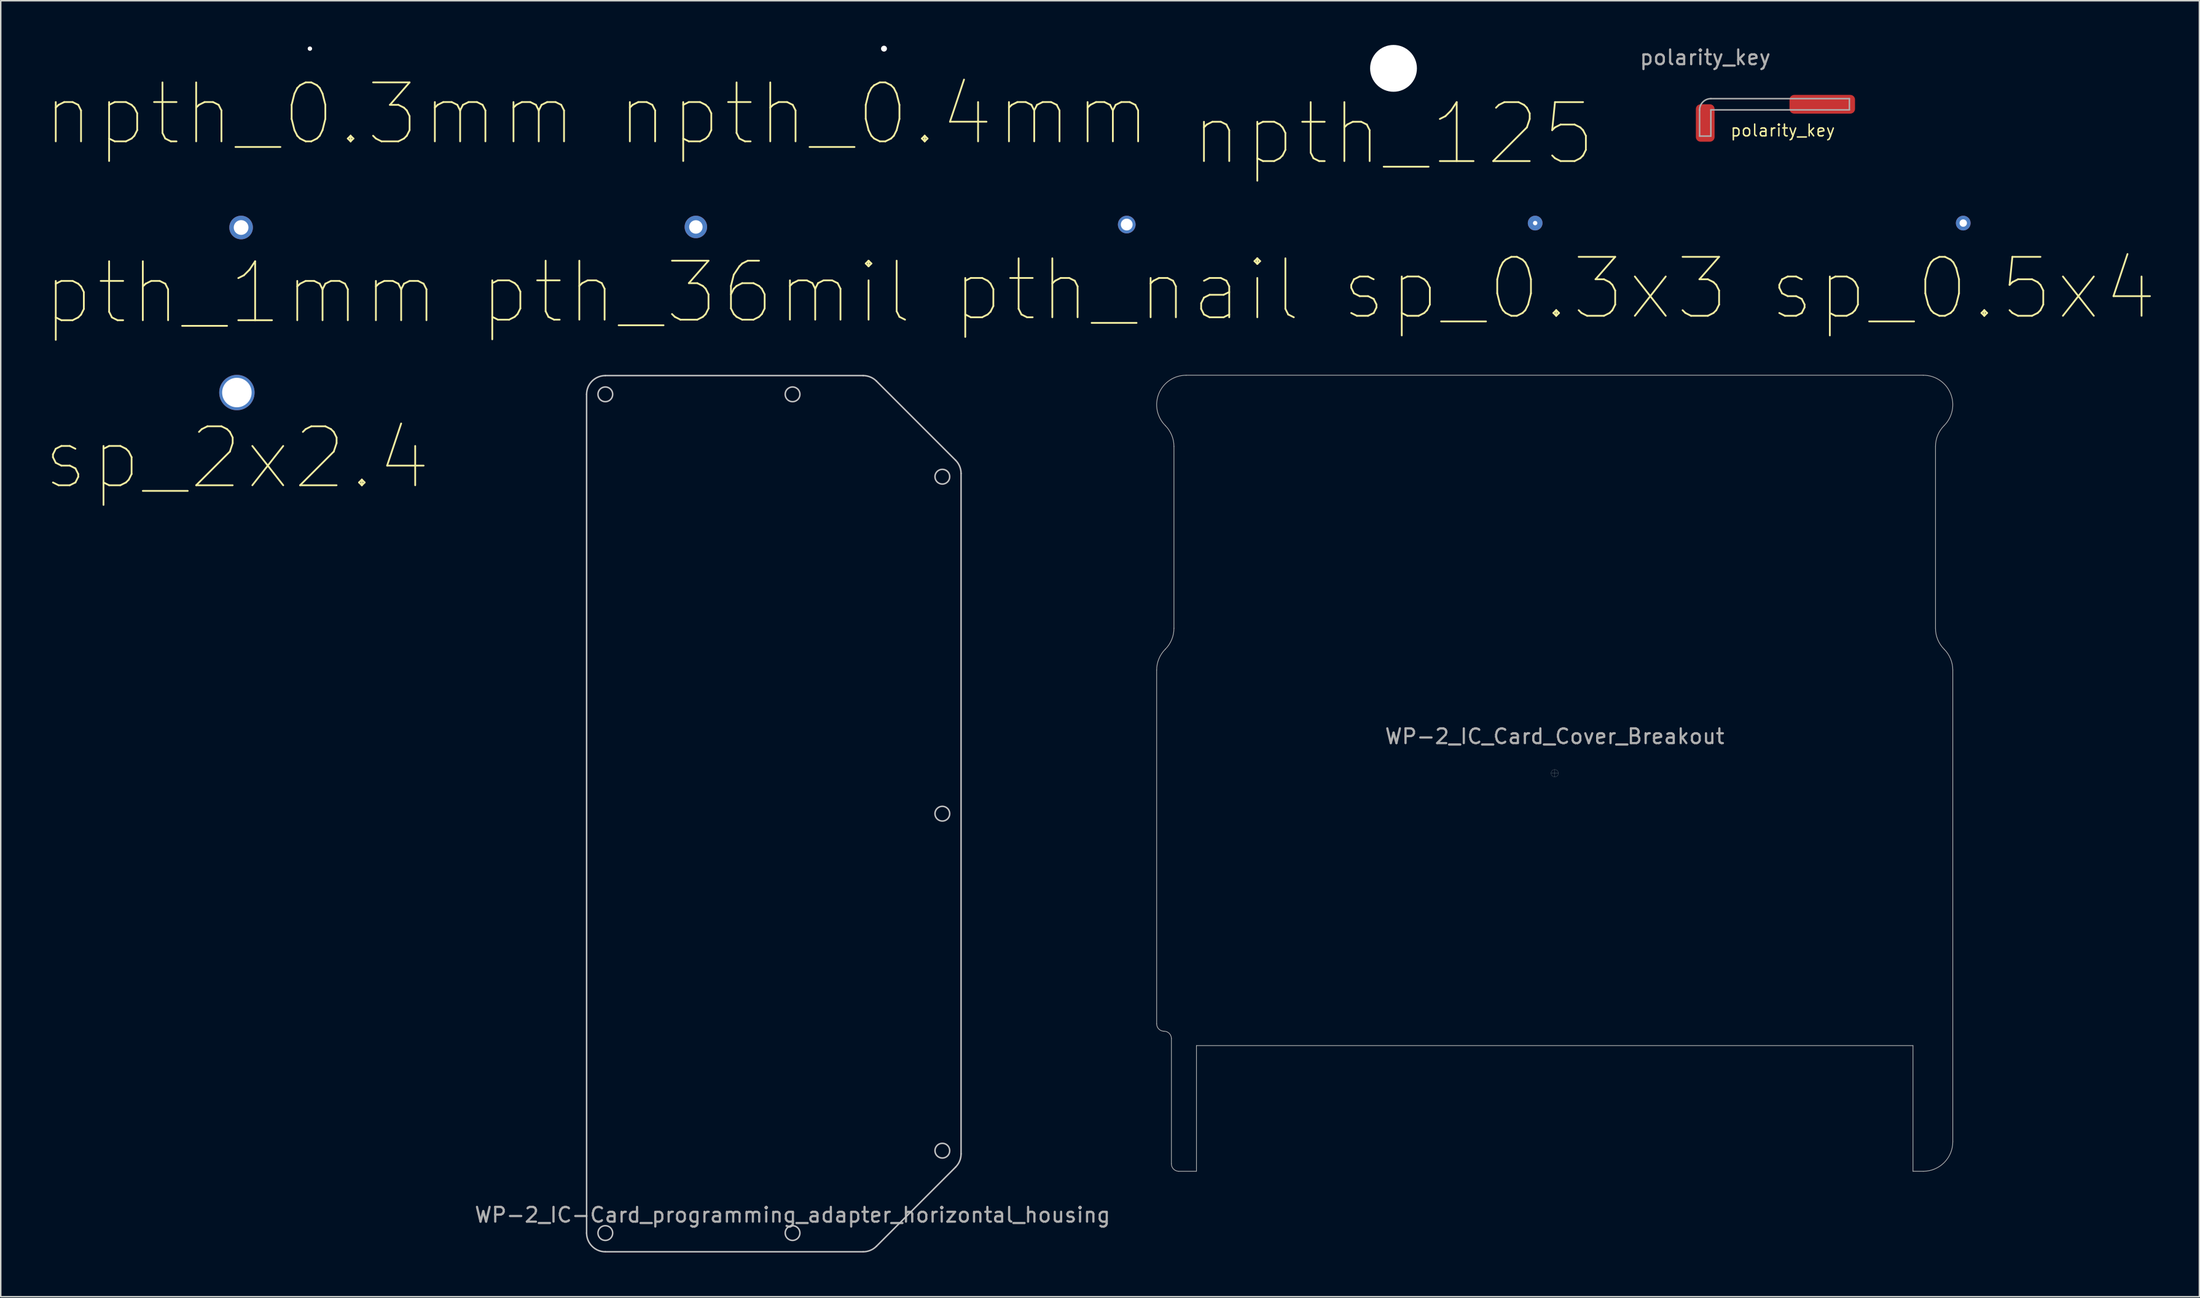
<source format=kicad_pcb>
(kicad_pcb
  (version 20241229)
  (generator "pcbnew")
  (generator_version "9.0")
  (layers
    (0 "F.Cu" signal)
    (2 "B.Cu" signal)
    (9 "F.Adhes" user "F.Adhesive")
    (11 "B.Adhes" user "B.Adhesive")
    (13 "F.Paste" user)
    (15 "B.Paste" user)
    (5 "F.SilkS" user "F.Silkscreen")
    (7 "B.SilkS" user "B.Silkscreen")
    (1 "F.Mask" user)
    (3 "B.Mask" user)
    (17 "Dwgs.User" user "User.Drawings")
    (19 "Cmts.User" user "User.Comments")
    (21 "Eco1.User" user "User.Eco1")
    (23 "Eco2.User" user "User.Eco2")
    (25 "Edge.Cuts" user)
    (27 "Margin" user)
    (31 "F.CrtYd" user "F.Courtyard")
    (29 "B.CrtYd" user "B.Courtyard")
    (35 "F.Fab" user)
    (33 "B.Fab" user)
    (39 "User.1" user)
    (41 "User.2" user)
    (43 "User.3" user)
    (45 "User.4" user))
  (footprint "pth_nail"
    (layer "F.Cu")
    (at 73.376 12.183)
    (property "Reference" "pth_nail" (at 0 4.445 0) (unlocked yes) (layer "F.SilkS") (effects (font (size 4 4) (thickness 0.12))))
    (attr through_hole)
    (pad "" thru_hole circle (at 0 0) (size 1.2 1.2) (drill 0.8) (layers "*.Cu" "*.Mask")))
  (footprint "sp_2x2.4"
    (layer "F.Cu")
    (at 13.018 23.579)
    (property "Reference" "sp_2x2.4" (at 0 4.445 0) (layer "F.SilkS") (effects (font (size 4 4) (thickness 0.12))))
    (attr through_hole)
    (pad "" thru_hole circle (at 0 0) (size 2.4 2.4) (drill 2) (layers "*.Cu" "*.Mask")))
  (footprint "sp_0.3x3"
    (layer "F.Cu")
    (at 101.079 12.083)
    (property "Reference" "sp_0.3x3" (at 0 4.445 0) (layer "F.SilkS") (effects (font (size 4 4) (thickness 0.12))))
    (attr through_hole)
    (pad "" thru_hole circle (at 0 0) (size 1 1) (drill 0.3) (layers "*.Cu" "B.Mask")))
  (footprint "WP-2_IC-Card_programming_adapter_horizontal_housing"
    (layer "F.Cu")
    (at 50.709 52.147)
    (property "Reference" "WP-2_IC-Card_programming_adapter_horizontal_housing" (at 0 27.218 0) (unlocked yes) (layer "F.Fab") (effects (font (size 1 1) (thickness 0.15))))
    (attr exclude_from_pos_files exclude_from_bom allow_missing_courtyard)
    (fp_line (start -13.97 28.448) (end -13.97 -28.448) (stroke (width 0.1) (type default)) (layer "Dwgs.User"))
    (fp_line (start 4.79 -29.718) (end -12.7 -29.718) (stroke (width 0.1) (type default)) (layer "Dwgs.User"))
    (fp_line (start 4.79 29.718) (end -12.7 29.718) (stroke (width 0.1) (type default)) (layer "Dwgs.User"))
    (fp_line (start 5.688 -29.346) (end 11.058 -23.976) (stroke (width 0.1) (type default)) (layer "Dwgs.User"))
    (fp_line (start 5.688 29.346) (end 11.058 23.976) (stroke (width 0.1) (type default)) (layer "Dwgs.User"))
    (fp_line (start 11.43 -23.078) (end 11.43 23.078) (stroke (width 0.1) (type default)) (layer "Dwgs.User"))
    (fp_arc (start -13.97 -28.448) (mid -13.598026 -29.346026) (end -12.7 -29.718) (stroke (width 0.1) (type default)) (layer "Dwgs.User"))
    (fp_arc (start -12.7 29.718) (mid -13.598026 29.346026) (end -13.97 28.448) (stroke (width 0.1) (type default)) (layer "Dwgs.User"))
    (fp_arc (start 4.7899 -29.718) (mid 5.275908 -29.621327) (end 5.687926 -29.346025) (stroke (width 0.1) (type default)) (layer "Dwgs.User"))
    (fp_arc (start 5.687926 29.346025) (mid 5.275908 29.621327) (end 4.7899 29.718) (stroke (width 0.1) (type default)) (layer "Dwgs.User"))
    (fp_arc (start 11.058026 -23.975933) (mid 11.333327 -23.563915) (end 11.43 -23.077907) (stroke (width 0.1) (type default)) (layer "Dwgs.User"))
    (fp_arc (start 11.43 23.077907) (mid 11.333327 23.563915) (end 11.058026 23.975933) (stroke (width 0.1) (type default)) (layer "Dwgs.User"))
    (fp_circle (center -12.7 -28.448) (end -12.2 -28.448) (stroke (width 0.1) (type default)) (fill no) (layer "Dwgs.User"))
    (fp_circle (center -12.7 28.448) (end -12.2 28.448) (stroke (width 0.1) (type default)) (fill no) (layer "Dwgs.User"))
    (fp_circle (center 0 -28.448) (end 0.5 -28.448) (stroke (width 0.1) (type default)) (fill no) (layer "Dwgs.User"))
    (fp_circle (center 0 28.448) (end 0.5 28.448) (stroke (width 0.1) (type default)) (fill no) (layer "Dwgs.User"))
    (fp_circle (center 10.16 -22.86) (end 10.66 -22.86) (stroke (width 0.1) (type default)) (fill no) (layer "Dwgs.User"))
    (fp_circle (center 10.16 0) (end 10.66 0) (stroke (width 0.1) (type default)) (fill no) (layer "Dwgs.User"))
    (fp_circle (center 10.16 22.86) (end 10.66 22.86) (stroke (width 0.1) (type default)) (fill no) (layer "Dwgs.User")))
  (footprint "npth_0.4mm"
    (layer "F.Cu")
    (at 56.911 0.25)
    (property "Reference" "npth_0.4mm" (at 0 4.445 0) (layer "F.SilkS") (effects (font (size 4 4) (thickness 0.12))))
    (attr through_hole)
    (pad "" np_thru_hole circle (at 0 0) (size 0.4 0.4) (drill 0.4) (layers "*.Cu")))
  (footprint "WP-2_IC_Card_Cover_Breakout"
    (layer "F.Cu")
    (at 102.406 49.404)
    (property "Reference" "WP-2_IC_Card_Cover_Breakout" (at 0 -2.5 0) (unlocked yes) (layer "F.Fab") (effects (font (size 1 1) (thickness 0.15))))
    (attr exclude_from_pos_files exclude_from_bom allow_missing_courtyard)
    (fp_line (start -27 17) (end -27 -7) (stroke (width 0.05) (type solid)) (layer "F.Fab"))
    (fp_line (start -26 26.5) (end -26 18) (stroke (width 0.05) (type solid)) (layer "F.Fab"))
    (fp_line (start -25.828 -22.172) (end -25.828 -9.828) (stroke (width 0.05) (type solid)) (layer "F.Fab"))
    (fp_line (start -25 -27) (end 25 -27) (stroke (width 0.05) (type solid)) (layer "F.Fab"))
    (fp_line (start -24.3 18.475) (end -24.3 27) (stroke (width 0.05) (type solid)) (layer "F.Fab"))
    (fp_line (start -24.3 27) (end -25.5 27) (stroke (width 0.05) (type solid)) (layer "F.Fab"))
    (fp_line (start -0.25 0) (end 0.25 0) (stroke (width 0.01) (type default)) (layer "F.Fab"))
    (fp_line (start 0 -0.25) (end 0 0.25) (stroke (width 0.01) (type default)) (layer "F.Fab"))
    (fp_line (start 24.3 18.475) (end -24.3 18.475) (stroke (width 0.05) (type solid)) (layer "F.Fab"))
    (fp_line (start 24.3 27) (end 24.3 18.475) (stroke (width 0.05) (type solid)) (layer "F.Fab"))
    (fp_line (start 25 27) (end 24.3 27) (stroke (width 0.05) (type solid)) (layer "F.Fab"))
    (fp_line (start 25.828 -9.828) (end 25.828 -22.172) (stroke (width 0.05) (type solid)) (layer "F.Fab"))
    (fp_line (start 27 -7) (end 27 25) (stroke (width 0.05) (type solid)) (layer "F.Fab"))
    (fp_arc (start -27 -7) (mid -26.847759 -7.765367) (end -26.414214 -8.414214) (stroke (width 0.05) (type solid)) (layer "F.Fab"))
    (fp_arc (start -26.5 17.5) (mid -26.853553 17.353553) (end -27 17) (stroke (width 0.05) (type solid)) (layer "F.Fab"))
    (fp_arc (start -26.5 17.5) (mid -26.146447 17.646447) (end -26 18) (stroke (width 0.05) (type solid)) (layer "F.Fab"))
    (fp_arc (start -26.414214 -23.585786) (mid -25.980671 -22.936938) (end -25.828427 -22.171572) (stroke (width 0.05) (type solid)) (layer "F.Fab"))
    (fp_arc (start -26.414214 -23.585786) (mid -26.84776 -25.765367) (end -25 -27) (stroke (width 0.05) (type solid)) (layer "F.Fab"))
    (fp_arc (start -25.828427 -9.828428) (mid -25.98066 -9.063058) (end -26.414214 -8.414214) (stroke (width 0.05) (type solid)) (layer "F.Fab"))
    (fp_arc (start -25.5 27) (mid -25.853553 26.853553) (end -26 26.5) (stroke (width 0.05) (type solid)) (layer "F.Fab"))
    (fp_arc (start 25 -27) (mid 26.847758 -25.765367) (end 26.414213 -23.585788) (stroke (width 0.05) (type solid)) (layer "F.Fab"))
    (fp_arc (start 25.828427 -22.171574) (mid 25.980665 -22.936942) (end 26.414213 -23.585788) (stroke (width 0.05) (type solid)) (layer "F.Fab"))
    (fp_arc (start 26.414214 -8.414214) (mid 25.980672 -9.063063) (end 25.828427 -9.828428) (stroke (width 0.05) (type solid)) (layer "F.Fab"))
    (fp_arc (start 26.414214 -8.414214) (mid 26.847759 -7.765367) (end 27 -7) (stroke (width 0.05) (type solid)) (layer "F.Fab"))
    (fp_arc (start 27 25) (mid 26.414214 26.414214) (end 25 27) (stroke (width 0.05) (type solid)) (layer "F.Fab"))
    (fp_circle (center 0 0) (end 0.25 0) (stroke (width 0.01) (type default)) (fill no) (layer "F.Fab")))
  (footprint "npth_125"
    (layer "F.Cu")
    (at 91.471 1.587)
    (property "Reference" "npth_125" (at 0 4.445 0) (layer "F.SilkS") (effects (font (size 4 4) (thickness 0.12))))
    (attr through_hole)
    (pad "" np_thru_hole circle (at 0 0) (size 3.175 3.175) (drill 3.175) (layers "*.Cu" "*.Mask")))
  (footprint "pth_36mil"
    (layer "F.Cu")
    (at 44.15 12.345)
    (property "Reference" "pth_36mil" (at 0 4.445 0) (layer "F.SilkS") (effects (font (size 4 4) (thickness 0.12))))
    (attr through_hole)
    (pad "" thru_hole circle (at 0 0) (size 1.524 1.524) (drill 0.914) (layers "*.Cu" "*.Mask")))
  (footprint "sp_0.5x4"
    (layer "F.Cu")
    (at 130.115 12.083)
    (property "Reference" "sp_0.5x4" (at 0 4.445 0) (layer "F.SilkS") (effects (font (size 4 4) (thickness 0.12))))
    (attr through_hole)
    (pad "" thru_hole circle (at 0 0) (size 1 1) (drill 0.5) (layers "*.Cu" "B.Mask")))
  (footprint "polarity_key"
    (layer "F.Cu")
    (at 112.615 5.293)
    (property "Reference" "polarity_key" (at 1.651 0.508 0) (unlocked yes) (layer "F.SilkS") (effects (font (size 0.8 0.8) (thickness 0.1)) (justify left)))
    (attr smd board_only exclude_from_pos_files exclude_from_bom allow_missing_courtyard)
    (fp_line (start -0.381 -0.889) (end -0.381 0.889) (stroke (width 0.1) (type default)) (layer "F.Fab"))
    (fp_line (start -0.381 0.889) (end 0.381 0.889) (stroke (width 0.1) (type default)) (layer "F.Fab"))
    (fp_line (start 0.381 -0.889) (end 9.779 -0.889) (stroke (width 0.1) (type default)) (layer "F.Fab"))
    (fp_line (start 0.381 0.889) (end 0.381 -0.889) (stroke (width 0.1) (type default)) (layer "F.Fab"))
    (fp_line (start 9.779 -1.651) (end 0.381 -1.651) (stroke (width 0.1) (type default)) (layer "F.Fab"))
    (fp_line (start 9.779 -0.889) (end 9.779 -1.651) (stroke (width 0.1) (type default)) (layer "F.Fab"))
    (fp_arc (start -0.381 -0.889) (mid -0.157815 -1.427815) (end 0.381 -1.651) (stroke (width 0.1) (type default)) (layer "F.Fab"))
    (fp_text user "${REFERENCE}" (at 0 -4.445 0) (unlocked yes) (layer "F.Fab") (effects (font (size 1 1) (thickness 0.15))))
    (pad "1" smd roundrect (at 0 0 90) (size 2.54 1.27) (layers "F.Cu" "F.Mask" "F.Paste") (roundrect_rratio 0.25))
    (pad "1" smd roundrect (at 7.938 -1.27) (size 4.445 1.27) (layers "F.Cu" "F.Mask" "F.Paste") (roundrect_rratio 0.25)))
  (footprint "pth_1mm"
    (layer "F.Cu")
    (at 13.304 12.383)
    (property "Reference" "pth_1mm" (at 0 4.445 0) (layer "F.SilkS") (effects (font (size 4 4) (thickness 0.12))))
    (attr through_hole)
    (pad "" thru_hole circle (at 0 0) (size 1.6 1.6) (drill 1) (layers "*.Cu" "*.Mask")))
  (footprint "npth_0.3mm"
    (layer "F.Cu")
    (at 17.97 0.25)
    (property "Reference" "npth_0.3mm" (at 0 4.445 0) (layer "F.SilkS") (effects (font (size 4 4) (thickness 0.12))))
    (attr through_hole)
    (pad "" np_thru_hole circle (at 0 0) (size 0.3 0.3) (drill 0.3) (layers "*.Cu")))
  (gr_rect
    (start -3 -3)
    (end 146.133 84.915)
    (stroke (width 0.1) (type default))
    (fill no)
    (layer "Edge.Cuts")))
</source>
